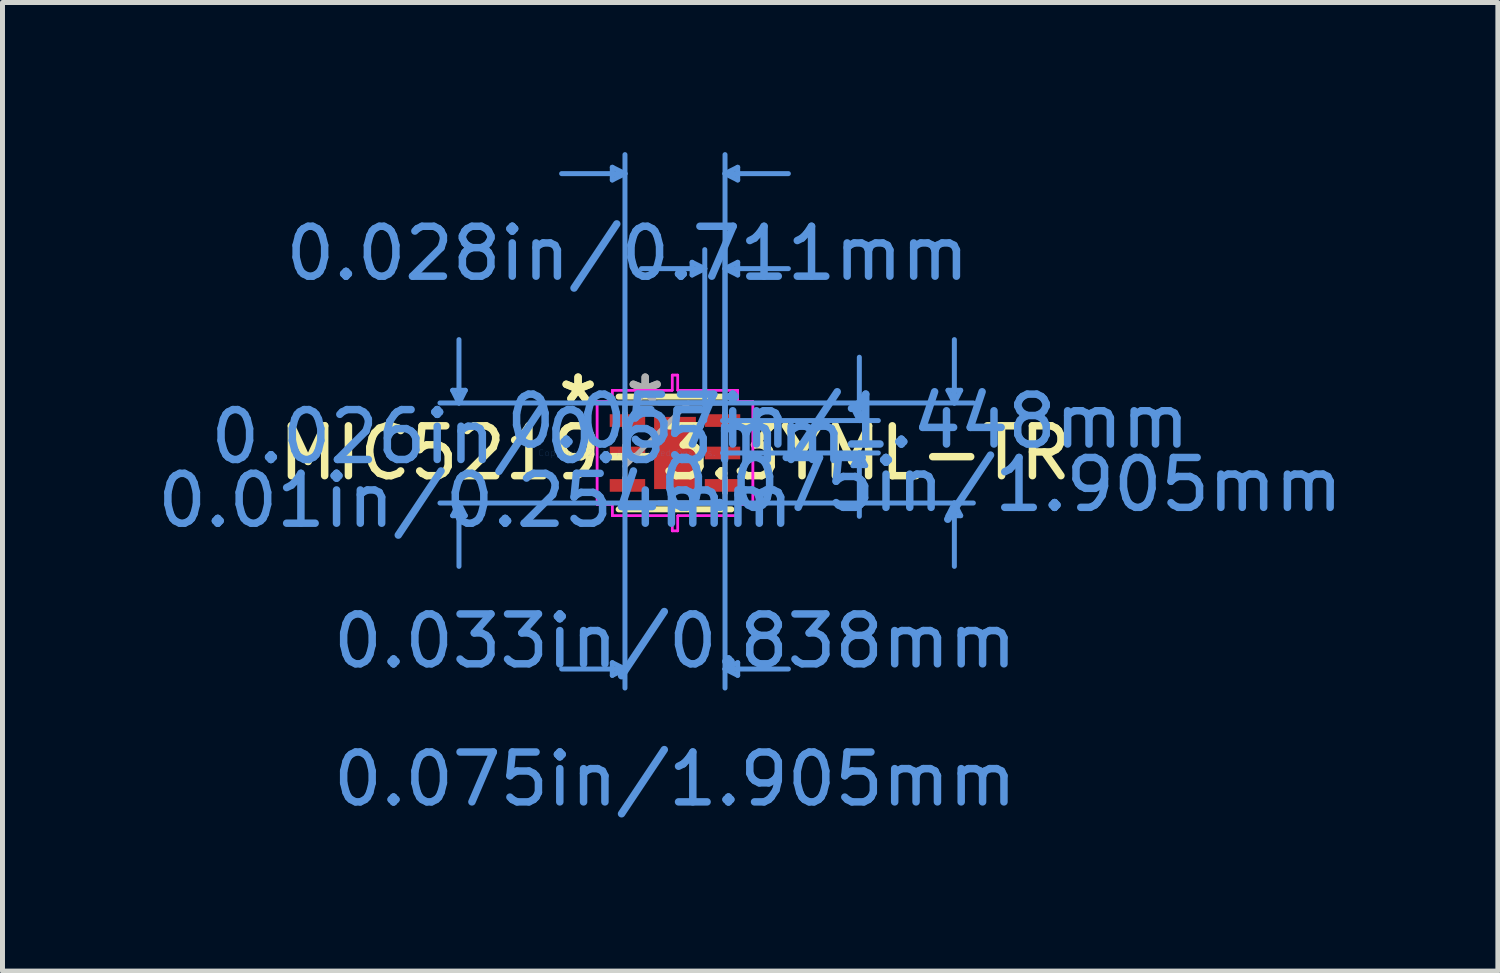
<source format=kicad_pcb>
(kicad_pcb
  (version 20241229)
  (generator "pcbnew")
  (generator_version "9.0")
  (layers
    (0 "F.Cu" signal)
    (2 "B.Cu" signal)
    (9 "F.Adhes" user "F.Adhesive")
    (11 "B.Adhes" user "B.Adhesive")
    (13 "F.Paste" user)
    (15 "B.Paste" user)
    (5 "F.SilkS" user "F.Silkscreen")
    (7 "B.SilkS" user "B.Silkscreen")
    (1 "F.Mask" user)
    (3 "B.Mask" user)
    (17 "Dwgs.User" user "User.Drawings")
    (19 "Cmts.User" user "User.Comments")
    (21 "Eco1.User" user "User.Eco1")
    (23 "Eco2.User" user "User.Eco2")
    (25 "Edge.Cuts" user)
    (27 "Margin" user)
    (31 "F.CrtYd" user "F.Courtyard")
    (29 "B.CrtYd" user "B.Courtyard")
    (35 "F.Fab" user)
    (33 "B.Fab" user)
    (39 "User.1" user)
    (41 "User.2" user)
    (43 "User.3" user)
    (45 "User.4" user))
  (footprint "MIC5219-3.3YML-TR"
    (layer "F.Cu")
    (at 10.483 6.032)
    (property "Reference" "MIC5219-3.3YML-TR" (at 0 0 0) (layer "F.SilkS") (effects (font (size 1 1) (thickness 0.15))))
    (attr through_hole)
    (fp_line (start -1.13 1.13) (end 1.13 1.13) (stroke (width 0.12) (type solid)) (layer "F.SilkS"))
    (fp_line (start 1.13 -1.13) (end -1.13 -1.13) (stroke (width 0.12) (type solid)) (layer "F.SilkS"))
    (fp_line (start -4.458 -1.257) (end -4.204 -1.257) (stroke (width 0.1) (type solid)) (layer "Cmts.User"))
    (fp_line (start -4.458 1.257) (end -4.204 1.257) (stroke (width 0.1) (type solid)) (layer "Cmts.User"))
    (fp_line (start -4.331 -1.003) (end -4.458 -1.257) (stroke (width 0.1) (type solid)) (layer "Cmts.User"))
    (fp_line (start -4.331 -1.003) (end -4.331 -2.273) (stroke (width 0.1) (type solid)) (layer "Cmts.User"))
    (fp_line (start -4.331 -1.003) (end -4.204 -1.257) (stroke (width 0.1) (type solid)) (layer "Cmts.User"))
    (fp_line (start -4.331 1.003) (end -4.458 1.257) (stroke (width 0.1) (type solid)) (layer "Cmts.User"))
    (fp_line (start -4.331 1.003) (end -4.331 2.273) (stroke (width 0.1) (type solid)) (layer "Cmts.User"))
    (fp_line (start -4.331 1.003) (end -4.204 1.257) (stroke (width 0.1) (type solid)) (layer "Cmts.User"))
    (fp_line (start -1.257 -5.728) (end -1.257 -5.474) (stroke (width 0.1) (type solid)) (layer "Cmts.User"))
    (fp_line (start -1.257 4.204) (end -1.257 4.458) (stroke (width 0.1) (type solid)) (layer "Cmts.User"))
    (fp_line (start -1.003 -5.601) (end -2.273 -5.601) (stroke (width 0.1) (type solid)) (layer "Cmts.User"))
    (fp_line (start -1.003 -5.601) (end -1.257 -5.728) (stroke (width 0.1) (type solid)) (layer "Cmts.User"))
    (fp_line (start -1.003 -5.601) (end -1.257 -5.474) (stroke (width 0.1) (type solid)) (layer "Cmts.User"))
    (fp_line (start -1.003 -1.003) (end -1.003 4.712) (stroke (width 0.1) (type solid)) (layer "Cmts.User"))
    (fp_line (start -1.003 -0.65) (end -1.003 -5.982) (stroke (width 0.1) (type solid)) (layer "Cmts.User"))
    (fp_line (start -1.003 4.331) (end -2.273 4.331) (stroke (width 0.1) (type solid)) (layer "Cmts.User"))
    (fp_line (start -1.003 4.331) (end -1.257 4.204) (stroke (width 0.1) (type solid)) (layer "Cmts.User"))
    (fp_line (start -1.003 4.331) (end -1.257 4.458) (stroke (width 0.1) (type solid)) (layer "Cmts.User"))
    (fp_line (start -0.325 -1.003) (end 5.982 -1.003) (stroke (width 0.1) (type solid)) (layer "Cmts.User"))
    (fp_line (start -0.325 1.003) (end 5.982 1.003) (stroke (width 0.1) (type solid)) (layer "Cmts.User"))
    (fp_line (start 0.343 -3.823) (end 0.343 -3.569) (stroke (width 0.1) (type solid)) (layer "Cmts.User"))
    (fp_line (start 0.597 -3.696) (end -0.673 -3.696) (stroke (width 0.1) (type solid)) (layer "Cmts.User"))
    (fp_line (start 0.597 -3.696) (end 0.343 -3.823) (stroke (width 0.1) (type solid)) (layer "Cmts.User"))
    (fp_line (start 0.597 -3.696) (end 0.343 -3.569) (stroke (width 0.1) (type solid)) (layer "Cmts.User"))
    (fp_line (start 0.597 -0.65) (end 0.597 -4.077) (stroke (width 0.1) (type solid)) (layer "Cmts.User"))
    (fp_line (start 0.953 -0.65) (end 4.077 -0.65) (stroke (width 0.1) (type solid)) (layer "Cmts.User"))
    (fp_line (start 0.953 0) (end 4.077 0) (stroke (width 0.1) (type solid)) (layer "Cmts.User"))
    (fp_line (start 1.003 -5.601) (end 1.257 -5.728) (stroke (width 0.1) (type solid)) (layer "Cmts.User"))
    (fp_line (start 1.003 -5.601) (end 1.257 -5.474) (stroke (width 0.1) (type solid)) (layer "Cmts.User"))
    (fp_line (start 1.003 -5.601) (end 2.273 -5.601) (stroke (width 0.1) (type solid)) (layer "Cmts.User"))
    (fp_line (start 1.003 -3.696) (end 1.257 -3.823) (stroke (width 0.1) (type solid)) (layer "Cmts.User"))
    (fp_line (start 1.003 -3.696) (end 1.257 -3.569) (stroke (width 0.1) (type solid)) (layer "Cmts.User"))
    (fp_line (start 1.003 -3.696) (end 2.273 -3.696) (stroke (width 0.1) (type solid)) (layer "Cmts.User"))
    (fp_line (start 1.003 -1.003) (end -4.712 -1.003) (stroke (width 0.1) (type solid)) (layer "Cmts.User"))
    (fp_line (start 1.003 -1.003) (end 1.003 4.712) (stroke (width 0.1) (type solid)) (layer "Cmts.User"))
    (fp_line (start 1.003 -0.65) (end 1.003 -5.982) (stroke (width 0.1) (type solid)) (layer "Cmts.User"))
    (fp_line (start 1.003 -0.65) (end 1.003 -4.077) (stroke (width 0.1) (type solid)) (layer "Cmts.User"))
    (fp_line (start 1.003 1.003) (end -4.712 1.003) (stroke (width 0.1) (type solid)) (layer "Cmts.User"))
    (fp_line (start 1.003 4.331) (end 1.257 4.204) (stroke (width 0.1) (type solid)) (layer "Cmts.User"))
    (fp_line (start 1.003 4.331) (end 1.257 4.458) (stroke (width 0.1) (type solid)) (layer "Cmts.User"))
    (fp_line (start 1.003 4.331) (end 2.273 4.331) (stroke (width 0.1) (type solid)) (layer "Cmts.User"))
    (fp_line (start 1.257 -5.728) (end 1.257 -5.474) (stroke (width 0.1) (type solid)) (layer "Cmts.User"))
    (fp_line (start 1.257 -3.823) (end 1.257 -3.569) (stroke (width 0.1) (type solid)) (layer "Cmts.User"))
    (fp_line (start 1.257 4.204) (end 1.257 4.458) (stroke (width 0.1) (type solid)) (layer "Cmts.User"))
    (fp_line (start 3.569 -0.904) (end 3.823 -0.904) (stroke (width 0.1) (type solid)) (layer "Cmts.User"))
    (fp_line (start 3.569 0.254) (end 3.823 0.254) (stroke (width 0.1) (type solid)) (layer "Cmts.User"))
    (fp_line (start 3.696 -0.65) (end 3.569 -0.904) (stroke (width 0.1) (type solid)) (layer "Cmts.User"))
    (fp_line (start 3.696 -0.65) (end 3.696 -1.92) (stroke (width 0.1) (type solid)) (layer "Cmts.User"))
    (fp_line (start 3.696 -0.65) (end 3.823 -0.904) (stroke (width 0.1) (type solid)) (layer "Cmts.User"))
    (fp_line (start 3.696 0) (end 3.569 0.254) (stroke (width 0.1) (type solid)) (layer "Cmts.User"))
    (fp_line (start 3.696 0) (end 3.696 1.27) (stroke (width 0.1) (type solid)) (layer "Cmts.User"))
    (fp_line (start 3.696 0) (end 3.823 0.254) (stroke (width 0.1) (type solid)) (layer "Cmts.User"))
    (fp_line (start 5.474 -1.257) (end 5.728 -1.257) (stroke (width 0.1) (type solid)) (layer "Cmts.User"))
    (fp_line (start 5.474 1.257) (end 5.728 1.257) (stroke (width 0.1) (type solid)) (layer "Cmts.User"))
    (fp_line (start 5.601 -1.003) (end 5.474 -1.257) (stroke (width 0.1) (type solid)) (layer "Cmts.User"))
    (fp_line (start 5.601 -1.003) (end 5.601 -2.273) (stroke (width 0.1) (type solid)) (layer "Cmts.User"))
    (fp_line (start 5.601 -1.003) (end 5.728 -1.257) (stroke (width 0.1) (type solid)) (layer "Cmts.User"))
    (fp_line (start 5.601 1.003) (end 5.474 1.257) (stroke (width 0.1) (type solid)) (layer "Cmts.User"))
    (fp_line (start 5.601 1.003) (end 5.601 2.273) (stroke (width 0.1) (type solid)) (layer "Cmts.User"))
    (fp_line (start 5.601 1.003) (end 5.728 1.257) (stroke (width 0.1) (type solid)) (layer "Cmts.User"))
    (fp_line (start -1.562 -1.031) (end -1.257 -1.031) (stroke (width 0.05) (type solid)) (layer "F.CrtYd"))
    (fp_line (start -1.562 -1.031) (end -1.257 -1.031) (stroke (width 0.05) (type solid)) (layer "F.CrtYd"))
    (fp_line (start -1.562 1.031) (end -1.562 -1.031) (stroke (width 0.05) (type solid)) (layer "F.CrtYd"))
    (fp_line (start -1.562 1.031) (end -1.562 -1.031) (stroke (width 0.05) (type solid)) (layer "F.CrtYd"))
    (fp_line (start -1.257 -1.257) (end -0.056 -1.257) (stroke (width 0.05) (type solid)) (layer "F.CrtYd"))
    (fp_line (start -1.257 -1.257) (end -0.056 -1.257) (stroke (width 0.05) (type solid)) (layer "F.CrtYd"))
    (fp_line (start -1.257 -1.031) (end -1.257 -1.257) (stroke (width 0.05) (type solid)) (layer "F.CrtYd"))
    (fp_line (start -1.257 -1.031) (end -1.257 -1.257) (stroke (width 0.05) (type solid)) (layer "F.CrtYd"))
    (fp_line (start -1.257 1.031) (end -1.562 1.031) (stroke (width 0.05) (type solid)) (layer "F.CrtYd"))
    (fp_line (start -1.257 1.031) (end -1.562 1.031) (stroke (width 0.05) (type solid)) (layer "F.CrtYd"))
    (fp_line (start -1.257 1.257) (end -1.257 1.031) (stroke (width 0.05) (type solid)) (layer "F.CrtYd"))
    (fp_line (start -1.257 1.257) (end -1.257 1.031) (stroke (width 0.05) (type solid)) (layer "F.CrtYd"))
    (fp_line (start -0.056 -1.562) (end 0.056 -1.562) (stroke (width 0.05) (type solid)) (layer "F.CrtYd"))
    (fp_line (start -0.056 -1.562) (end 0.056 -1.562) (stroke (width 0.05) (type solid)) (layer "F.CrtYd"))
    (fp_line (start -0.056 -1.257) (end -0.056 -1.562) (stroke (width 0.05) (type solid)) (layer "F.CrtYd"))
    (fp_line (start -0.056 -1.257) (end -0.056 -1.562) (stroke (width 0.05) (type solid)) (layer "F.CrtYd"))
    (fp_line (start -0.056 1.257) (end -1.257 1.257) (stroke (width 0.05) (type solid)) (layer "F.CrtYd"))
    (fp_line (start -0.056 1.257) (end -1.257 1.257) (stroke (width 0.05) (type solid)) (layer "F.CrtYd"))
    (fp_line (start -0.056 1.562) (end -0.056 1.257) (stroke (width 0.05) (type solid)) (layer "F.CrtYd"))
    (fp_line (start -0.056 1.562) (end -0.056 1.257) (stroke (width 0.05) (type solid)) (layer "F.CrtYd"))
    (fp_line (start 0.056 -1.562) (end 0.056 -1.257) (stroke (width 0.05) (type solid)) (layer "F.CrtYd"))
    (fp_line (start 0.056 -1.562) (end 0.056 -1.257) (stroke (width 0.05) (type solid)) (layer "F.CrtYd"))
    (fp_line (start 0.056 -1.257) (end 1.257 -1.257) (stroke (width 0.05) (type solid)) (layer "F.CrtYd"))
    (fp_line (start 0.056 -1.257) (end 1.257 -1.257) (stroke (width 0.05) (type solid)) (layer "F.CrtYd"))
    (fp_line (start 0.056 1.257) (end 0.056 1.562) (stroke (width 0.05) (type solid)) (layer "F.CrtYd"))
    (fp_line (start 0.056 1.257) (end 0.056 1.562) (stroke (width 0.05) (type solid)) (layer "F.CrtYd"))
    (fp_line (start 0.056 1.562) (end -0.056 1.562) (stroke (width 0.05) (type solid)) (layer "F.CrtYd"))
    (fp_line (start 0.056 1.562) (end -0.056 1.562) (stroke (width 0.05) (type solid)) (layer "F.CrtYd"))
    (fp_line (start 1.257 -1.257) (end 1.257 -1.031) (stroke (width 0.05) (type solid)) (layer "F.CrtYd"))
    (fp_line (start 1.257 -1.257) (end 1.257 -1.031) (stroke (width 0.05) (type solid)) (layer "F.CrtYd"))
    (fp_line (start 1.257 -1.031) (end 1.562 -1.031) (stroke (width 0.05) (type solid)) (layer "F.CrtYd"))
    (fp_line (start 1.257 -1.031) (end 1.562 -1.031) (stroke (width 0.05) (type solid)) (layer "F.CrtYd"))
    (fp_line (start 1.257 1.031) (end 1.257 1.257) (stroke (width 0.05) (type solid)) (layer "F.CrtYd"))
    (fp_line (start 1.257 1.031) (end 1.257 1.257) (stroke (width 0.05) (type solid)) (layer "F.CrtYd"))
    (fp_line (start 1.257 1.257) (end 0.056 1.257) (stroke (width 0.05) (type solid)) (layer "F.CrtYd"))
    (fp_line (start 1.257 1.257) (end 0.056 1.257) (stroke (width 0.05) (type solid)) (layer "F.CrtYd"))
    (fp_line (start 1.562 -1.031) (end 1.562 1.031) (stroke (width 0.05) (type solid)) (layer "F.CrtYd"))
    (fp_line (start 1.562 -1.031) (end 1.562 1.031) (stroke (width 0.05) (type solid)) (layer "F.CrtYd"))
    (fp_line (start 1.562 1.031) (end 1.257 1.031) (stroke (width 0.05) (type solid)) (layer "F.CrtYd"))
    (fp_line (start 1.562 1.031) (end 1.257 1.031) (stroke (width 0.05) (type solid)) (layer "F.CrtYd"))
    (fp_line (start -1.003 -1.003) (end -1.003 -1.003) (stroke (width 0.1) (type solid)) (layer "F.Fab"))
    (fp_line (start -1.003 -1.003) (end -1.003 1.003) (stroke (width 0.1) (type solid)) (layer "F.Fab"))
    (fp_line (start -1.003 -0.802) (end -1.003 -0.802) (stroke (width 0.1) (type solid)) (layer "F.Fab"))
    (fp_line (start -1.003 -0.802) (end -1.003 -0.498) (stroke (width 0.1) (type solid)) (layer "F.Fab"))
    (fp_line (start -1.003 -0.498) (end -1.003 -0.802) (stroke (width 0.1) (type solid)) (layer "F.Fab"))
    (fp_line (start -1.003 -0.498) (end -1.003 -0.498) (stroke (width 0.1) (type solid)) (layer "F.Fab"))
    (fp_line (start -1.003 -0.152) (end -1.003 -0.152) (stroke (width 0.1) (type solid)) (layer "F.Fab"))
    (fp_line (start -1.003 -0.152) (end -1.003 0.152) (stroke (width 0.1) (type solid)) (layer "F.Fab"))
    (fp_line (start -1.003 0.152) (end -1.003 -0.152) (stroke (width 0.1) (type solid)) (layer "F.Fab"))
    (fp_line (start -1.003 0.152) (end -1.003 0.152) (stroke (width 0.1) (type solid)) (layer "F.Fab"))
    (fp_line (start -1.003 0.267) (end 0.267 -1.003) (stroke (width 0.1) (type solid)) (layer "F.Fab"))
    (fp_line (start -1.003 0.498) (end -1.003 0.498) (stroke (width 0.1) (type solid)) (layer "F.Fab"))
    (fp_line (start -1.003 0.498) (end -1.003 0.802) (stroke (width 0.1) (type solid)) (layer "F.Fab"))
    (fp_line (start -1.003 0.802) (end -1.003 0.498) (stroke (width 0.1) (type solid)) (layer "F.Fab"))
    (fp_line (start -1.003 0.802) (end -1.003 0.802) (stroke (width 0.1) (type solid)) (layer "F.Fab"))
    (fp_line (start -1.003 1.003) (end -1.003 1.003) (stroke (width 0.1) (type solid)) (layer "F.Fab"))
    (fp_line (start -1.003 1.003) (end 1.003 1.003) (stroke (width 0.1) (type solid)) (layer "F.Fab"))
    (fp_line (start 1.003 -1.003) (end -1.003 -1.003) (stroke (width 0.1) (type solid)) (layer "F.Fab"))
    (fp_line (start 1.003 -1.003) (end 1.003 -1.003) (stroke (width 0.1) (type solid)) (layer "F.Fab"))
    (fp_line (start 1.003 -0.802) (end 1.003 -0.802) (stroke (width 0.1) (type solid)) (layer "F.Fab"))
    (fp_line (start 1.003 -0.802) (end 1.003 -0.498) (stroke (width 0.1) (type solid)) (layer "F.Fab"))
    (fp_line (start 1.003 -0.498) (end 1.003 -0.802) (stroke (width 0.1) (type solid)) (layer "F.Fab"))
    (fp_line (start 1.003 -0.498) (end 1.003 -0.498) (stroke (width 0.1) (type solid)) (layer "F.Fab"))
    (fp_line (start 1.003 -0.152) (end 1.003 -0.152) (stroke (width 0.1) (type solid)) (layer "F.Fab"))
    (fp_line (start 1.003 -0.152) (end 1.003 0.152) (stroke (width 0.1) (type solid)) (layer "F.Fab"))
    (fp_line (start 1.003 0.152) (end 1.003 -0.152) (stroke (width 0.1) (type solid)) (layer "F.Fab"))
    (fp_line (start 1.003 0.152) (end 1.003 0.152) (stroke (width 0.1) (type solid)) (layer "F.Fab"))
    (fp_line (start 1.003 0.498) (end 1.003 0.498) (stroke (width 0.1) (type solid)) (layer "F.Fab"))
    (fp_line (start 1.003 0.498) (end 1.003 0.802) (stroke (width 0.1) (type solid)) (layer "F.Fab"))
    (fp_line (start 1.003 0.802) (end 1.003 0.498) (stroke (width 0.1) (type solid)) (layer "F.Fab"))
    (fp_line (start 1.003 0.802) (end 1.003 0.802) (stroke (width 0.1) (type solid)) (layer "F.Fab"))
    (fp_line (start 1.003 1.003) (end 1.003 -1.003) (stroke (width 0.1) (type solid)) (layer "F.Fab"))
    (fp_line (start 1.003 1.003) (end 1.003 1.003) (stroke (width 0.1) (type solid)) (layer "F.Fab"))
    (fp_text user "*" (at -1.943 -0.975 0) (layer "F.SilkS") (effects (font (size 1 1) (thickness 0.15))))
    (fp_text user "*" (at -1.943 -0.975 0) (layer "F.SilkS") (effects (font (size 1 1) (thickness 0.15))))
    (fp_text user "0.075in/1.905mm" (at 0 6.54 0) (layer "Cmts.User") (effects (font (size 1 1) (thickness 0.15))))
    (fp_text user "0.028in/0.711mm" (at -0.953 -4 0) (layer "Cmts.User") (effects (font (size 1 1) (thickness 0.15))))
    (fp_text user "Copyright 2021 Accelerated Designs. All rights reserved." (at 0 0 0) (layer "Cmts.User") (effects (font (size 0.127 0.127) (thickness 0.002))))
    (fp_text user "0.026in/0.65mm" (at -2.934 -0.325 0) (layer "Cmts.User") (effects (font (size 1 1) (thickness 0.15))))
    (fp_text user "0.033in/0.838mm" (at 0 3.772 0) (layer "Cmts.User") (effects (font (size 1 1) (thickness 0.15))))
    (fp_text user "0.075in/1.905mm" (at 6.54 0.635 0) (layer "Cmts.User") (effects (font (size 1 1) (thickness 0.15))))
    (fp_text user "0.057in/1.448mm" (at 3.467 -0.635 0) (layer "Cmts.User") (effects (font (size 1 1) (thickness 0.15))))
    (fp_text user "0.01in/0.254mm" (at -4 0.953 0) (layer "Cmts.User") (effects (font (size 1 1) (thickness 0.15))))
    (fp_text user "*" (at -0.597 -0.975 0) (layer "F.Fab") (effects (font (size 1 1) (thickness 0.15))))
    (fp_text user "*" (at -0.597 -0.975 0) (layer "F.Fab") (effects (font (size 1 1) (thickness 0.15))))
    (pad "1" smd rect (at -0.953 -0.65 90) (size 0.254 0.711) (layers "F.Cu" "F.Mask" "F.Paste"))
    (pad "2" smd rect (at -0.953 0 90) (size 0.254 0.711) (layers "F.Cu" "F.Mask" "F.Paste"))
    (pad "3" smd rect (at -0.953 0.65 90) (size 0.254 0.711) (layers "F.Cu" "F.Mask" "F.Paste"))
    (pad "4" smd rect (at 0.953 0.65 90) (size 0.254 0.711) (layers "F.Cu" "F.Mask" "F.Paste"))
    (pad "5" smd rect (at 0.953 0 90) (size 0.254 0.711) (layers "F.Cu" "F.Mask" "F.Paste"))
    (pad "6" smd rect (at 0.953 -0.65 90) (size 0.254 0.711) (layers "F.Cu" "F.Mask" "F.Paste"))
    (pad "7" smd rect (at 0 0) (size 0.838 1.448) (layers "F.Cu" "F.Mask" "F.Paste")))
  (gr_rect
    (start -3 -3)
    (end 26.981 16.42)
    (stroke (width 0.1) (type default))
    (fill no)
    (layer "Edge.Cuts")))
</source>
